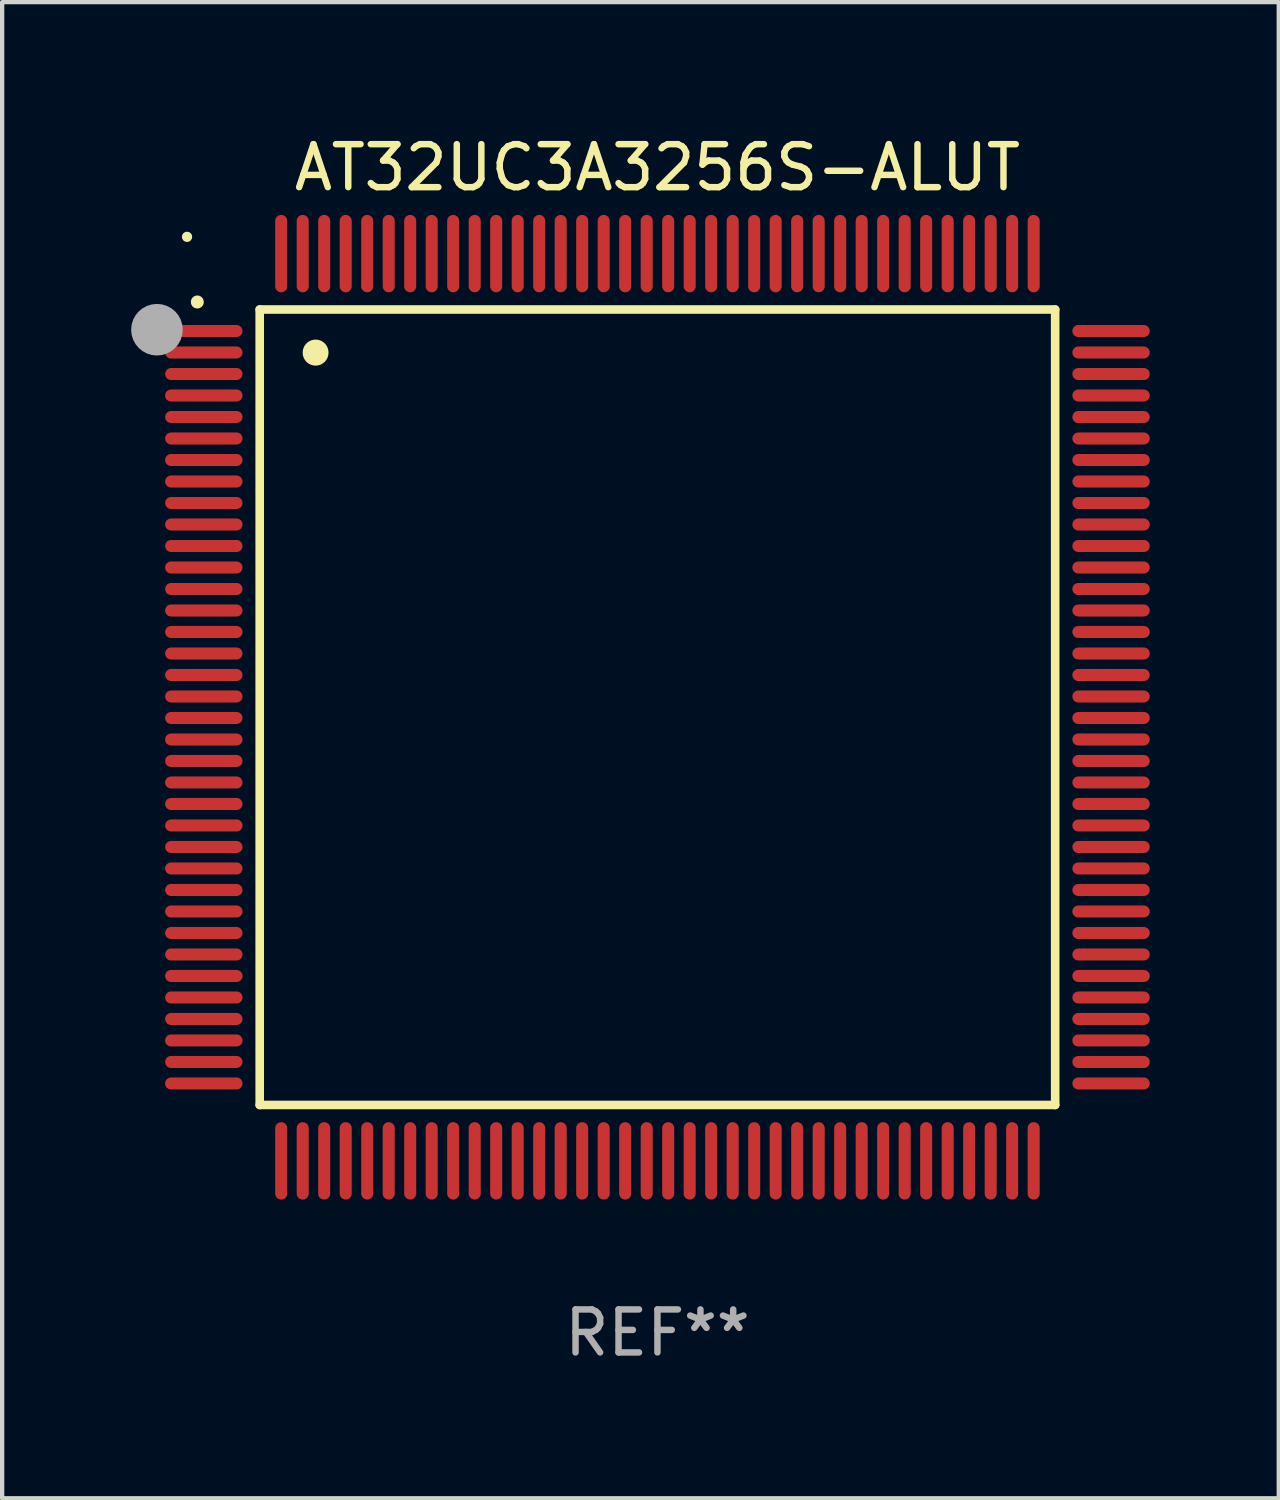
<source format=kicad_pcb>
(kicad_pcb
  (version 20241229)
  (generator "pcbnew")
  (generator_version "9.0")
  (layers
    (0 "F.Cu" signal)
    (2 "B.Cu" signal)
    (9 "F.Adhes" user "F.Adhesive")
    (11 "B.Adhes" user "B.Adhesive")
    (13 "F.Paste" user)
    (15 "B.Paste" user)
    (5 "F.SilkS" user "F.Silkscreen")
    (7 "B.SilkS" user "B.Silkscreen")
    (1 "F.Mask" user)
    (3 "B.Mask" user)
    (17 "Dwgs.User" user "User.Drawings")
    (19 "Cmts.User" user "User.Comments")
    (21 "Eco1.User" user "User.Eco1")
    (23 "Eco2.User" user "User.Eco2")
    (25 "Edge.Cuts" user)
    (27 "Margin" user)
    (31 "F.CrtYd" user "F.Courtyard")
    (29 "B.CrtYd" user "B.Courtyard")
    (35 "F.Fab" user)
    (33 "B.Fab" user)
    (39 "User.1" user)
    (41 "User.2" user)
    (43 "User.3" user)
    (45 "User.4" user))
  (footprint "AT32UC3A3256S-ALUT"
    (layer "F.Cu")
    (at 12.24 13.398)
    (property "Reference" "AT32UC3A3256S-ALUT" (at 0 -12.55 0) (layer "F.SilkS") (effects (font (size 1 1) (thickness 0.15))))
    (attr through_hole)
    (fp_line (start -9.25 -9.25) (end 9.25 -9.25) (stroke (width 0.2) (type solid)) (layer "F.SilkS"))
    (fp_line (start -9.25 9.25) (end -9.25 -9.25) (stroke (width 0.2) (type solid)) (layer "F.SilkS"))
    (fp_line (start 9.25 -9.25) (end 9.25 9.25) (stroke (width 0.2) (type solid)) (layer "F.SilkS"))
    (fp_line (start 9.25 9.25) (end -9.25 9.25) (stroke (width 0.2) (type solid)) (layer "F.SilkS"))
    (fp_arc (start -10.701041 -9.423419) (mid -10.701046 -9.424689) (end -10.701041 -9.425959) (stroke (width 0.3) (type solid)) (layer "F.SilkS"))
    (fp_arc (start -7.950216 -8.244856) (mid -7.950227 -8.247396) (end -7.950216 -8.249936) (stroke (width 0.6) (type solid)) (layer "F.SilkS"))
    (fp_circle (center -10.94 -10.94) (end -10.88 -10.94) (stroke (width 0.12) (type solid)) (fill no) (layer "F.SilkS"))
    (fp_circle (center -11.64 -8.78) (end -11.34 -8.78) (stroke (width 0.6) (type solid)) (fill no) (layer "F.Fab"))
    (fp_text user "REF**" (at 0 14.55 0) (layer "F.Fab") (effects (font (size 1 1) (thickness 0.15))))
    (pad "1" smd oval (at -10.55 -8.75 90) (size 0.28 1.8) (layers "F.Cu" "F.Mask" "F.Paste"))
    (pad "2" smd oval (at -10.55 -8.25 90) (size 0.28 1.8) (layers "F.Cu" "F.Mask" "F.Paste"))
    (pad "3" smd oval (at -10.55 -7.75 90) (size 0.28 1.8) (layers "F.Cu" "F.Mask" "F.Paste"))
    (pad "4" smd oval (at -10.55 -7.25 90) (size 0.28 1.8) (layers "F.Cu" "F.Mask" "F.Paste"))
    (pad "5" smd oval (at -10.55 -6.75 90) (size 0.28 1.8) (layers "F.Cu" "F.Mask" "F.Paste"))
    (pad "6" smd oval (at -10.55 -6.25 90) (size 0.28 1.8) (layers "F.Cu" "F.Mask" "F.Paste"))
    (pad "7" smd oval (at -10.55 -5.75 90) (size 0.28 1.8) (layers "F.Cu" "F.Mask" "F.Paste"))
    (pad "8" smd oval (at -10.55 -5.25 90) (size 0.28 1.8) (layers "F.Cu" "F.Mask" "F.Paste"))
    (pad "9" smd oval (at -10.55 -4.75 90) (size 0.28 1.8) (layers "F.Cu" "F.Mask" "F.Paste"))
    (pad "10" smd oval (at -10.55 -4.25 90) (size 0.28 1.8) (layers "F.Cu" "F.Mask" "F.Paste"))
    (pad "11" smd oval (at -10.55 -3.75 90) (size 0.28 1.8) (layers "F.Cu" "F.Mask" "F.Paste"))
    (pad "12" smd oval (at -10.55 -3.25 90) (size 0.28 1.8) (layers "F.Cu" "F.Mask" "F.Paste"))
    (pad "13" smd oval (at -10.55 -2.75 90) (size 0.28 1.8) (layers "F.Cu" "F.Mask" "F.Paste"))
    (pad "14" smd oval (at -10.55 -2.25 90) (size 0.28 1.8) (layers "F.Cu" "F.Mask" "F.Paste"))
    (pad "15" smd oval (at -10.55 -1.75 90) (size 0.28 1.8) (layers "F.Cu" "F.Mask" "F.Paste"))
    (pad "16" smd oval (at -10.55 -1.25 90) (size 0.28 1.8) (layers "F.Cu" "F.Mask" "F.Paste"))
    (pad "17" smd oval (at -10.55 -0.75 90) (size 0.28 1.8) (layers "F.Cu" "F.Mask" "F.Paste"))
    (pad "18" smd oval (at -10.55 -0.25 90) (size 0.28 1.8) (layers "F.Cu" "F.Mask" "F.Paste"))
    (pad "19" smd oval (at -10.55 0.25 90) (size 0.28 1.8) (layers "F.Cu" "F.Mask" "F.Paste"))
    (pad "20" smd oval (at -10.55 0.75 90) (size 0.28 1.8) (layers "F.Cu" "F.Mask" "F.Paste"))
    (pad "21" smd oval (at -10.55 1.25 90) (size 0.28 1.8) (layers "F.Cu" "F.Mask" "F.Paste"))
    (pad "22" smd oval (at -10.55 1.75 90) (size 0.28 1.8) (layers "F.Cu" "F.Mask" "F.Paste"))
    (pad "23" smd oval (at -10.55 2.25 90) (size 0.28 1.8) (layers "F.Cu" "F.Mask" "F.Paste"))
    (pad "24" smd oval (at -10.55 2.75 90) (size 0.28 1.8) (layers "F.Cu" "F.Mask" "F.Paste"))
    (pad "25" smd oval (at -10.55 3.25 90) (size 0.28 1.8) (layers "F.Cu" "F.Mask" "F.Paste"))
    (pad "26" smd oval (at -10.55 3.75 90) (size 0.28 1.8) (layers "F.Cu" "F.Mask" "F.Paste"))
    (pad "27" smd oval (at -10.55 4.25 90) (size 0.28 1.8) (layers "F.Cu" "F.Mask" "F.Paste"))
    (pad "28" smd oval (at -10.55 4.75 90) (size 0.28 1.8) (layers "F.Cu" "F.Mask" "F.Paste"))
    (pad "29" smd oval (at -10.55 5.25 90) (size 0.28 1.8) (layers "F.Cu" "F.Mask" "F.Paste"))
    (pad "30" smd oval (at -10.55 5.75 90) (size 0.28 1.8) (layers "F.Cu" "F.Mask" "F.Paste"))
    (pad "31" smd oval (at -10.55 6.25 90) (size 0.28 1.8) (layers "F.Cu" "F.Mask" "F.Paste"))
    (pad "32" smd oval (at -10.55 6.75 90) (size 0.28 1.8) (layers "F.Cu" "F.Mask" "F.Paste"))
    (pad "33" smd oval (at -10.55 7.25 90) (size 0.28 1.8) (layers "F.Cu" "F.Mask" "F.Paste"))
    (pad "34" smd oval (at -10.55 7.75 90) (size 0.28 1.8) (layers "F.Cu" "F.Mask" "F.Paste"))
    (pad "35" smd oval (at -10.55 8.25 90) (size 0.28 1.8) (layers "F.Cu" "F.Mask" "F.Paste"))
    (pad "36" smd oval (at -10.55 8.75 90) (size 0.28 1.8) (layers "F.Cu" "F.Mask" "F.Paste"))
    (pad "37" smd oval (at -8.75 10.55) (size 0.28 1.8) (layers "F.Cu" "F.Mask" "F.Paste"))
    (pad "38" smd oval (at -8.25 10.55) (size 0.28 1.8) (layers "F.Cu" "F.Mask" "F.Paste"))
    (pad "39" smd oval (at -7.75 10.55) (size 0.28 1.8) (layers "F.Cu" "F.Mask" "F.Paste"))
    (pad "40" smd oval (at -7.25 10.55) (size 0.28 1.8) (layers "F.Cu" "F.Mask" "F.Paste"))
    (pad "41" smd oval (at -6.75 10.55) (size 0.28 1.8) (layers "F.Cu" "F.Mask" "F.Paste"))
    (pad "42" smd oval (at -6.25 10.55) (size 0.28 1.8) (layers "F.Cu" "F.Mask" "F.Paste"))
    (pad "43" smd oval (at -5.75 10.55) (size 0.28 1.8) (layers "F.Cu" "F.Mask" "F.Paste"))
    (pad "44" smd oval (at -5.25 10.55) (size 0.28 1.8) (layers "F.Cu" "F.Mask" "F.Paste"))
    (pad "45" smd oval (at -4.75 10.55) (size 0.28 1.8) (layers "F.Cu" "F.Mask" "F.Paste"))
    (pad "46" smd oval (at -4.25 10.55) (size 0.28 1.8) (layers "F.Cu" "F.Mask" "F.Paste"))
    (pad "47" smd oval (at -3.75 10.55) (size 0.28 1.8) (layers "F.Cu" "F.Mask" "F.Paste"))
    (pad "48" smd oval (at -3.25 10.55) (size 0.28 1.8) (layers "F.Cu" "F.Mask" "F.Paste"))
    (pad "49" smd oval (at -2.75 10.55) (size 0.28 1.8) (layers "F.Cu" "F.Mask" "F.Paste"))
    (pad "50" smd oval (at -2.25 10.55) (size 0.28 1.8) (layers "F.Cu" "F.Mask" "F.Paste"))
    (pad "51" smd oval (at -1.75 10.55) (size 0.28 1.8) (layers "F.Cu" "F.Mask" "F.Paste"))
    (pad "52" smd oval (at -1.25 10.55) (size 0.28 1.8) (layers "F.Cu" "F.Mask" "F.Paste"))
    (pad "53" smd oval (at -0.75 10.55) (size 0.28 1.8) (layers "F.Cu" "F.Mask" "F.Paste"))
    (pad "54" smd oval (at -0.25 10.55) (size 0.28 1.8) (layers "F.Cu" "F.Mask" "F.Paste"))
    (pad "55" smd oval (at 0.25 10.55) (size 0.28 1.8) (layers "F.Cu" "F.Mask" "F.Paste"))
    (pad "56" smd oval (at 0.75 10.55) (size 0.28 1.8) (layers "F.Cu" "F.Mask" "F.Paste"))
    (pad "57" smd oval (at 1.25 10.55) (size 0.28 1.8) (layers "F.Cu" "F.Mask" "F.Paste"))
    (pad "58" smd oval (at 1.75 10.55) (size 0.28 1.8) (layers "F.Cu" "F.Mask" "F.Paste"))
    (pad "59" smd oval (at 2.25 10.55) (size 0.28 1.8) (layers "F.Cu" "F.Mask" "F.Paste"))
    (pad "60" smd oval (at 2.75 10.55) (size 0.28 1.8) (layers "F.Cu" "F.Mask" "F.Paste"))
    (pad "61" smd oval (at 3.25 10.55) (size 0.28 1.8) (layers "F.Cu" "F.Mask" "F.Paste"))
    (pad "62" smd oval (at 3.75 10.55) (size 0.28 1.8) (layers "F.Cu" "F.Mask" "F.Paste"))
    (pad "63" smd oval (at 4.25 10.55) (size 0.28 1.8) (layers "F.Cu" "F.Mask" "F.Paste"))
    (pad "64" smd oval (at 4.75 10.55) (size 0.28 1.8) (layers "F.Cu" "F.Mask" "F.Paste"))
    (pad "65" smd oval (at 5.25 10.55) (size 0.28 1.8) (layers "F.Cu" "F.Mask" "F.Paste"))
    (pad "66" smd oval (at 5.75 10.55) (size 0.28 1.8) (layers "F.Cu" "F.Mask" "F.Paste"))
    (pad "67" smd oval (at 6.25 10.55) (size 0.28 1.8) (layers "F.Cu" "F.Mask" "F.Paste"))
    (pad "68" smd oval (at 6.75 10.55) (size 0.28 1.8) (layers "F.Cu" "F.Mask" "F.Paste"))
    (pad "69" smd oval (at 7.25 10.55) (size 0.28 1.8) (layers "F.Cu" "F.Mask" "F.Paste"))
    (pad "70" smd oval (at 7.75 10.55) (size 0.28 1.8) (layers "F.Cu" "F.Mask" "F.Paste"))
    (pad "71" smd oval (at 8.25 10.55) (size 0.28 1.8) (layers "F.Cu" "F.Mask" "F.Paste"))
    (pad "72" smd oval (at 8.75 10.55) (size 0.28 1.8) (layers "F.Cu" "F.Mask" "F.Paste"))
    (pad "73" smd oval (at 10.55 8.75 90) (size 0.28 1.8) (layers "F.Cu" "F.Mask" "F.Paste"))
    (pad "74" smd oval (at 10.55 8.25 90) (size 0.28 1.8) (layers "F.Cu" "F.Mask" "F.Paste"))
    (pad "75" smd oval (at 10.55 7.75 90) (size 0.28 1.8) (layers "F.Cu" "F.Mask" "F.Paste"))
    (pad "76" smd oval (at 10.55 7.25 90) (size 0.28 1.8) (layers "F.Cu" "F.Mask" "F.Paste"))
    (pad "77" smd oval (at 10.55 6.75 90) (size 0.28 1.8) (layers "F.Cu" "F.Mask" "F.Paste"))
    (pad "78" smd oval (at 10.55 6.25 90) (size 0.28 1.8) (layers "F.Cu" "F.Mask" "F.Paste"))
    (pad "79" smd oval (at 10.55 5.75 90) (size 0.28 1.8) (layers "F.Cu" "F.Mask" "F.Paste"))
    (pad "80" smd oval (at 10.55 5.25 90) (size 0.28 1.8) (layers "F.Cu" "F.Mask" "F.Paste"))
    (pad "81" smd oval (at 10.55 4.75 90) (size 0.28 1.8) (layers "F.Cu" "F.Mask" "F.Paste"))
    (pad "82" smd oval (at 10.55 4.25 90) (size 0.28 1.8) (layers "F.Cu" "F.Mask" "F.Paste"))
    (pad "83" smd oval (at 10.55 3.75 90) (size 0.28 1.8) (layers "F.Cu" "F.Mask" "F.Paste"))
    (pad "84" smd oval (at 10.55 3.25 90) (size 0.28 1.8) (layers "F.Cu" "F.Mask" "F.Paste"))
    (pad "85" smd oval (at 10.55 2.75 90) (size 0.28 1.8) (layers "F.Cu" "F.Mask" "F.Paste"))
    (pad "86" smd oval (at 10.55 2.25 90) (size 0.28 1.8) (layers "F.Cu" "F.Mask" "F.Paste"))
    (pad "87" smd oval (at 10.55 1.75 90) (size 0.28 1.8) (layers "F.Cu" "F.Mask" "F.Paste"))
    (pad "88" smd oval (at 10.55 1.25 90) (size 0.28 1.8) (layers "F.Cu" "F.Mask" "F.Paste"))
    (pad "89" smd oval (at 10.55 0.75 90) (size 0.28 1.8) (layers "F.Cu" "F.Mask" "F.Paste"))
    (pad "90" smd oval (at 10.55 0.25 90) (size 0.28 1.8) (layers "F.Cu" "F.Mask" "F.Paste"))
    (pad "91" smd oval (at 10.55 -0.25 90) (size 0.28 1.8) (layers "F.Cu" "F.Mask" "F.Paste"))
    (pad "92" smd oval (at 10.55 -0.75 90) (size 0.28 1.8) (layers "F.Cu" "F.Mask" "F.Paste"))
    (pad "93" smd oval (at 10.55 -1.25 90) (size 0.28 1.8) (layers "F.Cu" "F.Mask" "F.Paste"))
    (pad "94" smd oval (at 10.55 -1.75 90) (size 0.28 1.8) (layers "F.Cu" "F.Mask" "F.Paste"))
    (pad "95" smd oval (at 10.55 -2.25 90) (size 0.28 1.8) (layers "F.Cu" "F.Mask" "F.Paste"))
    (pad "96" smd oval (at 10.55 -2.75 90) (size 0.28 1.8) (layers "F.Cu" "F.Mask" "F.Paste"))
    (pad "97" smd oval (at 10.55 -3.25 90) (size 0.28 1.8) (layers "F.Cu" "F.Mask" "F.Paste"))
    (pad "98" smd oval (at 10.55 -3.75 90) (size 0.28 1.8) (layers "F.Cu" "F.Mask" "F.Paste"))
    (pad "99" smd oval (at 10.55 -4.25 90) (size 0.28 1.8) (layers "F.Cu" "F.Mask" "F.Paste"))
    (pad "100" smd oval (at 10.55 -4.75 90) (size 0.28 1.8) (layers "F.Cu" "F.Mask" "F.Paste"))
    (pad "101" smd oval (at 10.55 -5.25 90) (size 0.28 1.8) (layers "F.Cu" "F.Mask" "F.Paste"))
    (pad "102" smd oval (at 10.55 -5.75 90) (size 0.28 1.8) (layers "F.Cu" "F.Mask" "F.Paste"))
    (pad "103" smd oval (at 10.55 -6.25 90) (size 0.28 1.8) (layers "F.Cu" "F.Mask" "F.Paste"))
    (pad "104" smd oval (at 10.55 -6.75 90) (size 0.28 1.8) (layers "F.Cu" "F.Mask" "F.Paste"))
    (pad "105" smd oval (at 10.55 -7.25 90) (size 0.28 1.8) (layers "F.Cu" "F.Mask" "F.Paste"))
    (pad "106" smd oval (at 10.55 -7.75 90) (size 0.28 1.8) (layers "F.Cu" "F.Mask" "F.Paste"))
    (pad "107" smd oval (at 10.55 -8.25 90) (size 0.28 1.8) (layers "F.Cu" "F.Mask" "F.Paste"))
    (pad "108" smd oval (at 10.55 -8.75 90) (size 0.28 1.8) (layers "F.Cu" "F.Mask" "F.Paste"))
    (pad "109" smd oval (at 8.75 -10.55) (size 0.28 1.8) (layers "F.Cu" "F.Mask" "F.Paste"))
    (pad "110" smd oval (at 8.25 -10.55) (size 0.28 1.8) (layers "F.Cu" "F.Mask" "F.Paste"))
    (pad "111" smd oval (at 7.75 -10.55) (size 0.28 1.8) (layers "F.Cu" "F.Mask" "F.Paste"))
    (pad "112" smd oval (at 7.25 -10.55) (size 0.28 1.8) (layers "F.Cu" "F.Mask" "F.Paste"))
    (pad "113" smd oval (at 6.75 -10.55) (size 0.28 1.8) (layers "F.Cu" "F.Mask" "F.Paste"))
    (pad "114" smd oval (at 6.25 -10.55) (size 0.28 1.8) (layers "F.Cu" "F.Mask" "F.Paste"))
    (pad "115" smd oval (at 5.75 -10.55) (size 0.28 1.8) (layers "F.Cu" "F.Mask" "F.Paste"))
    (pad "116" smd oval (at 5.25 -10.55) (size 0.28 1.8) (layers "F.Cu" "F.Mask" "F.Paste"))
    (pad "117" smd oval (at 4.75 -10.55) (size 0.28 1.8) (layers "F.Cu" "F.Mask" "F.Paste"))
    (pad "118" smd oval (at 4.25 -10.55) (size 0.28 1.8) (layers "F.Cu" "F.Mask" "F.Paste"))
    (pad "119" smd oval (at 3.75 -10.55) (size 0.28 1.8) (layers "F.Cu" "F.Mask" "F.Paste"))
    (pad "120" smd oval (at 3.25 -10.55) (size 0.28 1.8) (layers "F.Cu" "F.Mask" "F.Paste"))
    (pad "121" smd oval (at 2.75 -10.55) (size 0.28 1.8) (layers "F.Cu" "F.Mask" "F.Paste"))
    (pad "122" smd oval (at 2.25 -10.55) (size 0.28 1.8) (layers "F.Cu" "F.Mask" "F.Paste"))
    (pad "123" smd oval (at 1.75 -10.55) (size 0.28 1.8) (layers "F.Cu" "F.Mask" "F.Paste"))
    (pad "124" smd oval (at 1.25 -10.55) (size 0.28 1.8) (layers "F.Cu" "F.Mask" "F.Paste"))
    (pad "125" smd oval (at 0.75 -10.55) (size 0.28 1.8) (layers "F.Cu" "F.Mask" "F.Paste"))
    (pad "126" smd oval (at 0.25 -10.55) (size 0.28 1.8) (layers "F.Cu" "F.Mask" "F.Paste"))
    (pad "127" smd oval (at -0.25 -10.55) (size 0.28 1.8) (layers "F.Cu" "F.Mask" "F.Paste"))
    (pad "128" smd oval (at -0.75 -10.55) (size 0.28 1.8) (layers "F.Cu" "F.Mask" "F.Paste"))
    (pad "129" smd oval (at -1.25 -10.55) (size 0.28 1.8) (layers "F.Cu" "F.Mask" "F.Paste"))
    (pad "130" smd oval (at -1.75 -10.55) (size 0.28 1.8) (layers "F.Cu" "F.Mask" "F.Paste"))
    (pad "131" smd oval (at -2.25 -10.55) (size 0.28 1.8) (layers "F.Cu" "F.Mask" "F.Paste"))
    (pad "132" smd oval (at -2.75 -10.55) (size 0.28 1.8) (layers "F.Cu" "F.Mask" "F.Paste"))
    (pad "133" smd oval (at -3.25 -10.55) (size 0.28 1.8) (layers "F.Cu" "F.Mask" "F.Paste"))
    (pad "134" smd oval (at -3.75 -10.55) (size 0.28 1.8) (layers "F.Cu" "F.Mask" "F.Paste"))
    (pad "135" smd oval (at -4.25 -10.55) (size 0.28 1.8) (layers "F.Cu" "F.Mask" "F.Paste"))
    (pad "136" smd oval (at -4.75 -10.55) (size 0.28 1.8) (layers "F.Cu" "F.Mask" "F.Paste"))
    (pad "137" smd oval (at -5.25 -10.55) (size 0.28 1.8) (layers "F.Cu" "F.Mask" "F.Paste"))
    (pad "138" smd oval (at -5.75 -10.55) (size 0.28 1.8) (layers "F.Cu" "F.Mask" "F.Paste"))
    (pad "139" smd oval (at -6.25 -10.55) (size 0.28 1.8) (layers "F.Cu" "F.Mask" "F.Paste"))
    (pad "140" smd oval (at -6.75 -10.55) (size 0.28 1.8) (layers "F.Cu" "F.Mask" "F.Paste"))
    (pad "141" smd oval (at -7.25 -10.55) (size 0.28 1.8) (layers "F.Cu" "F.Mask" "F.Paste"))
    (pad "142" smd oval (at -7.75 -10.55) (size 0.28 1.8) (layers "F.Cu" "F.Mask" "F.Paste"))
    (pad "143" smd oval (at -8.25 -10.55) (size 0.28 1.8) (layers "F.Cu" "F.Mask" "F.Paste"))
    (pad "144" smd oval (at -8.75 -10.55) (size 0.28 1.8) (layers "F.Cu" "F.Mask" "F.Paste")))
  (gr_rect
    (start -3 -3)
    (end 26.69 31.796)
    (stroke (width 0.1) (type default))
    (fill no)
    (layer "Edge.Cuts")))
</source>
